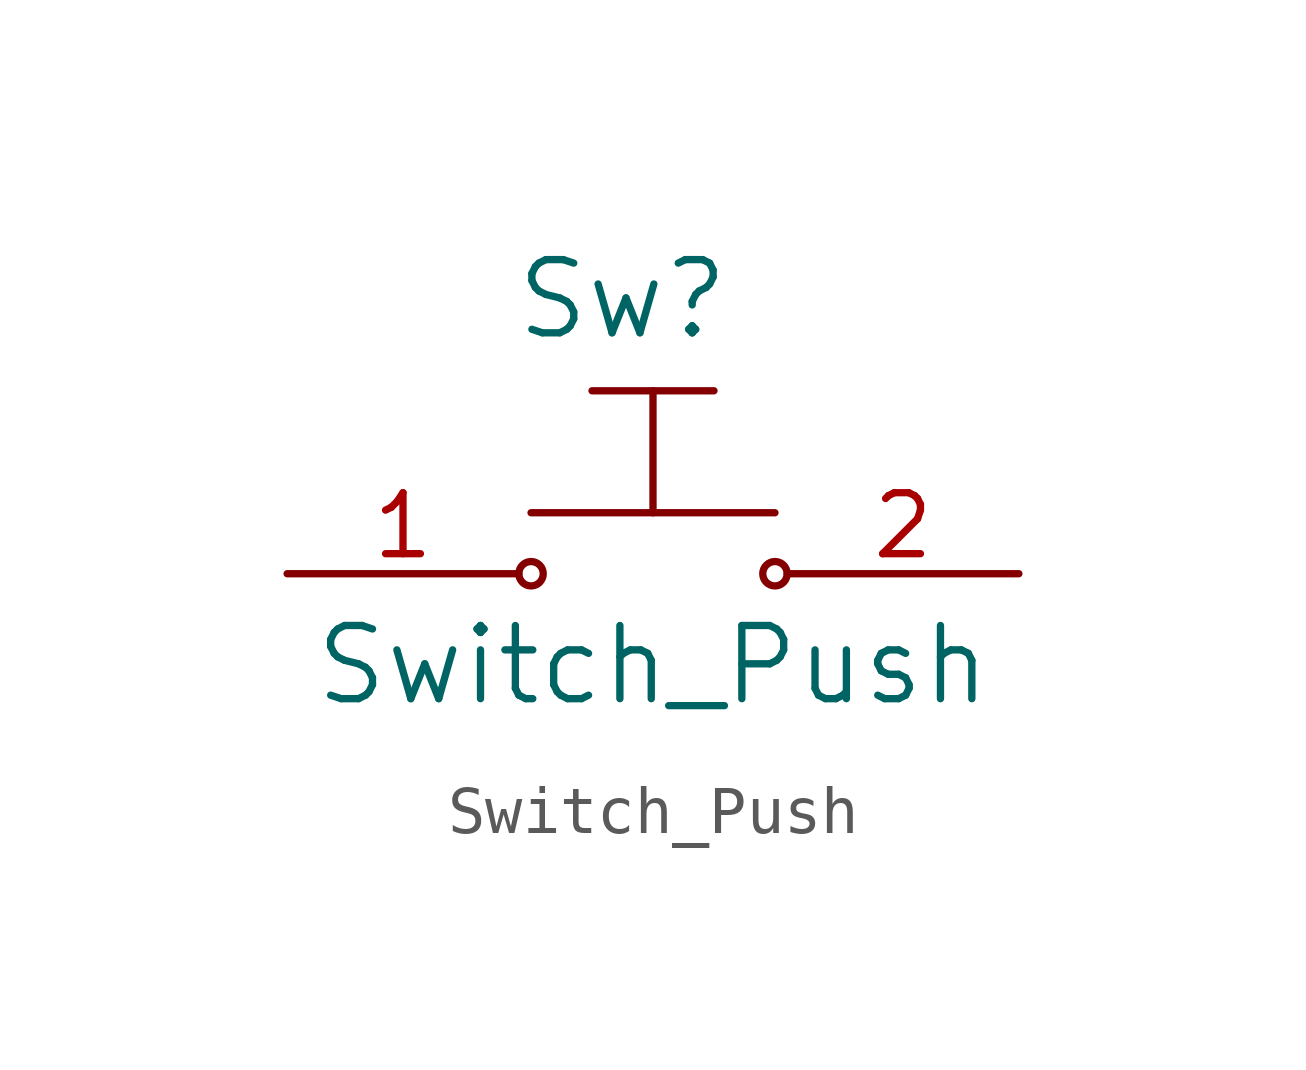
<source format=kicad_sym>
(kicad_symbol_lib
  (version 20211014)
  (generator kicad_symbol_editor)
  (symbol "Switch_Push"
    (pin_names
      (offset 1.016))
    (property "Reference" "Sw"
      (at -0.635 5.715 0)
      (effects (font (size 1.524 1.524))))
    (property "Value" "Switch_Push"
      (at 0 -1.905 0)
      (effects (font (size 1.524 1.524))))
    (symbol "Switch_Push_0_1"
      (circle (center -2.54 0) (radius 0.254) (stroke (width 0) (type default) (color 0 0 0 0)) (fill (type none)))
      (polyline (pts (xy -2.54 1.27) (xy 2.54 1.27)) (stroke (width 0) (type default) (color 0 0 0 0)) (fill (type none)))
      (polyline (pts (xy -1.27 3.81) (xy 1.27 3.81)) (stroke (width 0) (type default) (color 0 0 0 0)) (fill (type none)))
      (polyline (pts (xy 0 1.27) (xy 0 3.81)) (stroke (width 0) (type default) (color 0 0 0 0)) (fill (type none)))
      (circle (center 2.54 0) (radius 0.254) (stroke (width 0) (type default) (color 0 0 0 0)) (fill (type none))))
    (symbol "Switch_Push_1_1"
      (pin input line (at -7.62 0 0) (length 4.826) (name "~" (effects (font (size 1.27 1.27)))) (number "1" (effects (font (size 1.27 1.27)))))
      (pin input line (at 7.62 0 180) (length 4.826) (name "~" (effects (font (size 1.27 1.27)))) (number "2" (effects (font (size 1.27 1.27))))))))
</source>
